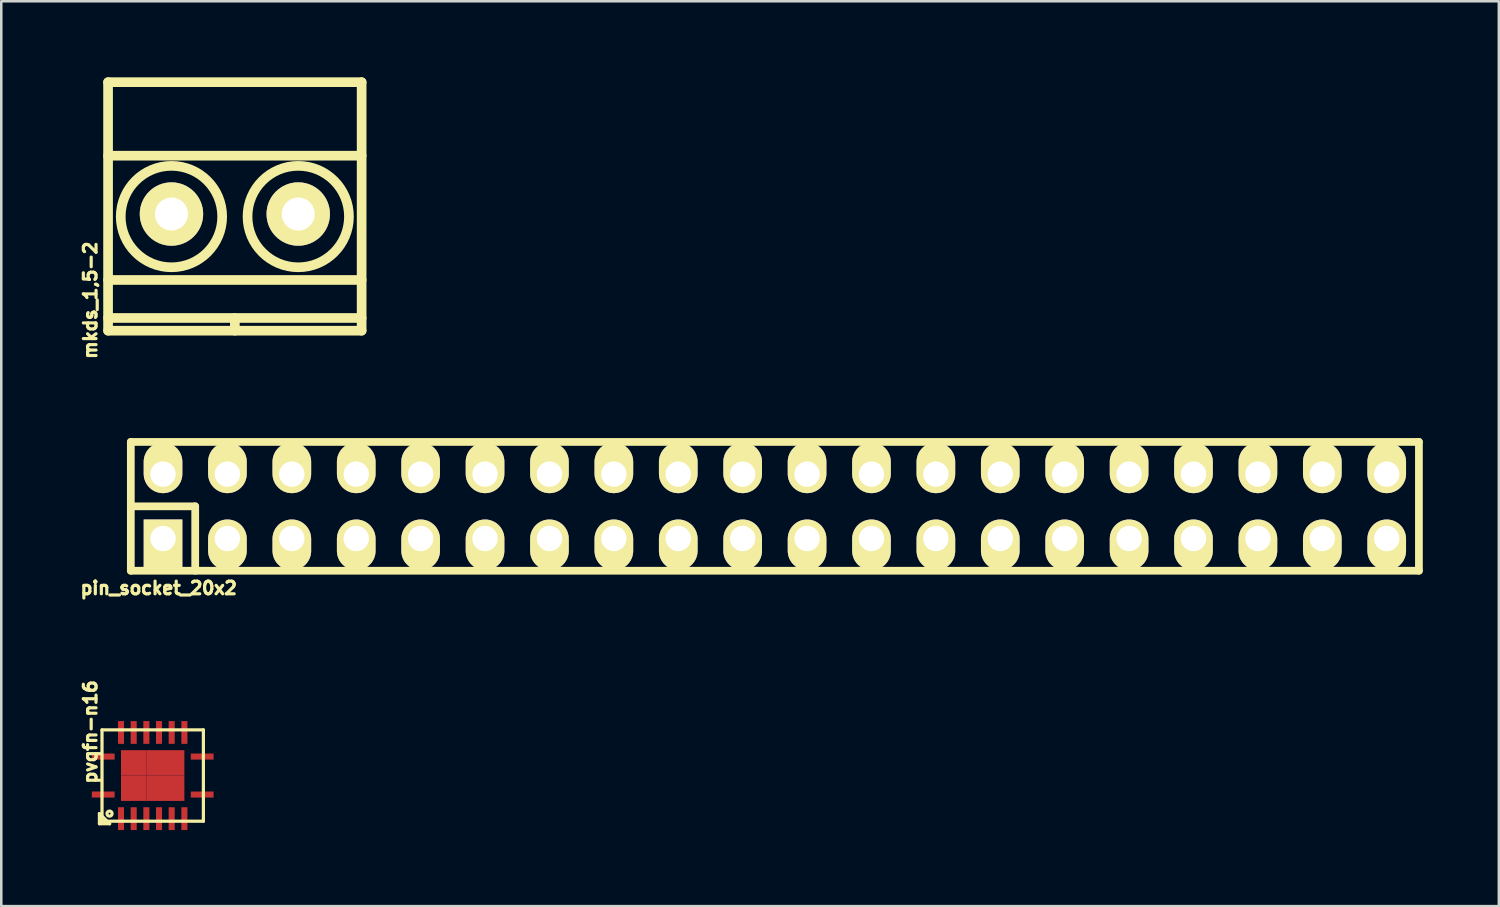
<source format=kicad_pcb>
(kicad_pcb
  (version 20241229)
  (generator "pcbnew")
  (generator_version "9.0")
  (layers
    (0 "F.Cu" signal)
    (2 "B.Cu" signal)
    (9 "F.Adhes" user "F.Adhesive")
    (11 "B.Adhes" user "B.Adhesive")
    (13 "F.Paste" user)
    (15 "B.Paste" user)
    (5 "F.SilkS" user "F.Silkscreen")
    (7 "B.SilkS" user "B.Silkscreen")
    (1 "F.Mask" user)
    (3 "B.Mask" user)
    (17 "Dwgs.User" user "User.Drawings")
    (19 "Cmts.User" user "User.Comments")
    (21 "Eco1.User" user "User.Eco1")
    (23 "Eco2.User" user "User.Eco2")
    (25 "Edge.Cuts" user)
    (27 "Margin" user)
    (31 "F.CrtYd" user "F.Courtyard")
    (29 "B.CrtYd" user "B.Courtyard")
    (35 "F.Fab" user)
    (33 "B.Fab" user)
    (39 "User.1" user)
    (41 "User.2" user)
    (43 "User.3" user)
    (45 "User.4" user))
  (footprint "pin_socket_20x2"
    (layer "F.Cu")
    (at 27.509 16.918)
    (property "Reference" "pin_socket_20x2" (at -24.3 3.225 0) (layer "F.SilkS") (effects (font (size 0.5 0.5) (thickness 0.125))))
    (attr through_hole)
    (fp_line (start -25.4 -2.54) (end -25.4 2.54) (stroke (width 0.305) (type solid)) (layer "F.SilkS"))
    (fp_line (start -25.4 -2.54) (end 25.4 -2.54) (stroke (width 0.305) (type solid)) (layer "F.SilkS"))
    (fp_line (start -25.4 0) (end -22.86 0) (stroke (width 0.305) (type solid)) (layer "F.SilkS"))
    (fp_line (start -22.86 0) (end -22.86 2.54) (stroke (width 0.305) (type solid)) (layer "F.SilkS"))
    (fp_line (start 25.4 2.54) (end -25.4 2.54) (stroke (width 0.305) (type solid)) (layer "F.SilkS"))
    (fp_line (start 25.4 2.54) (end 25.4 -2.54) (stroke (width 0.305) (type solid)) (layer "F.SilkS"))
    (pad "1" thru_hole rect (at -24.13 1.27) (size 1.524 1.999) (drill 1.001 (offset 0 0.249)) (layers "*.Cu" "*.Mask" "F.SilkS"))
    (pad "2" thru_hole oval (at -24.13 -1.27) (size 1.524 1.999) (drill 1.001 (offset 0 -0.249)) (layers "*.Cu" "*.Mask" "F.SilkS"))
    (pad "3" thru_hole oval (at -21.59 1.27) (size 1.524 1.999) (drill 1.001 (offset 0 0.249)) (layers "*.Cu" "*.Mask" "F.SilkS"))
    (pad "4" thru_hole oval (at -21.59 -1.27) (size 1.524 1.999) (drill 1.001 (offset 0 -0.249)) (layers "*.Cu" "*.Mask" "F.SilkS"))
    (pad "5" thru_hole oval (at -19.05 1.27) (size 1.524 1.999) (drill 1.001 (offset 0 0.249)) (layers "*.Cu" "*.Mask" "F.SilkS"))
    (pad "6" thru_hole oval (at -19.05 -1.27) (size 1.524 1.999) (drill 1.001 (offset 0 -0.249)) (layers "*.Cu" "*.Mask" "F.SilkS"))
    (pad "7" thru_hole oval (at -16.51 1.27) (size 1.524 1.999) (drill 1.001 (offset 0 0.249)) (layers "*.Cu" "*.Mask" "F.SilkS"))
    (pad "8" thru_hole oval (at -16.51 -1.27) (size 1.524 1.999) (drill 1.001 (offset 0 -0.249)) (layers "*.Cu" "*.Mask" "F.SilkS"))
    (pad "9" thru_hole oval (at -13.97 1.27) (size 1.524 1.999) (drill 1.001 (offset 0 0.249)) (layers "*.Cu" "*.Mask" "F.SilkS"))
    (pad "10" thru_hole oval (at -13.97 -1.27) (size 1.524 1.999) (drill 1.001 (offset 0 -0.249)) (layers "*.Cu" "*.Mask" "F.SilkS"))
    (pad "11" thru_hole oval (at -11.43 1.27) (size 1.524 1.999) (drill 1.001 (offset 0 0.249)) (layers "*.Cu" "*.Mask" "F.SilkS"))
    (pad "12" thru_hole oval (at -11.43 -1.27) (size 1.524 1.999) (drill 1.001 (offset 0 -0.249)) (layers "*.Cu" "*.Mask" "F.SilkS"))
    (pad "13" thru_hole oval (at -8.89 1.27) (size 1.524 1.999) (drill 1.001 (offset 0 0.249)) (layers "*.Cu" "*.Mask" "F.SilkS"))
    (pad "14" thru_hole oval (at -8.89 -1.27) (size 1.524 1.999) (drill 1.001 (offset 0 -0.249)) (layers "*.Cu" "*.Mask" "F.SilkS"))
    (pad "15" thru_hole oval (at -6.35 1.27) (size 1.524 1.999) (drill 1.001 (offset 0 0.249)) (layers "*.Cu" "*.Mask" "F.SilkS"))
    (pad "16" thru_hole oval (at -6.35 -1.27) (size 1.524 1.999) (drill 1.001 (offset 0 -0.249)) (layers "*.Cu" "*.Mask" "F.SilkS"))
    (pad "17" thru_hole oval (at -3.81 1.27) (size 1.524 1.999) (drill 1.001 (offset 0 0.249)) (layers "*.Cu" "*.Mask" "F.SilkS"))
    (pad "18" thru_hole oval (at -3.81 -1.27) (size 1.524 1.999) (drill 1.001 (offset 0 -0.249)) (layers "*.Cu" "*.Mask" "F.SilkS"))
    (pad "19" thru_hole oval (at -1.27 1.27) (size 1.524 1.999) (drill 1.001 (offset 0 0.249)) (layers "*.Cu" "*.Mask" "F.SilkS"))
    (pad "20" thru_hole oval (at -1.27 -1.27) (size 1.524 1.999) (drill 1.001 (offset 0 -0.249)) (layers "*.Cu" "*.Mask" "F.SilkS"))
    (pad "21" thru_hole oval (at 1.27 1.27) (size 1.524 1.999) (drill 1.001 (offset 0 0.249)) (layers "*.Cu" "*.Mask" "F.SilkS"))
    (pad "22" thru_hole oval (at 1.27 -1.27) (size 1.524 1.999) (drill 1.001 (offset 0 -0.249)) (layers "*.Cu" "*.Mask" "F.SilkS"))
    (pad "23" thru_hole oval (at 3.81 1.27) (size 1.524 1.999) (drill 1.001 (offset 0 0.249)) (layers "*.Cu" "*.Mask" "F.SilkS"))
    (pad "24" thru_hole oval (at 3.81 -1.27) (size 1.524 1.999) (drill 1.001 (offset 0 -0.249)) (layers "*.Cu" "*.Mask" "F.SilkS"))
    (pad "25" thru_hole oval (at 6.35 1.27) (size 1.524 1.999) (drill 1.001 (offset 0 0.249)) (layers "*.Cu" "*.Mask" "F.SilkS"))
    (pad "26" thru_hole oval (at 6.35 -1.27) (size 1.524 1.999) (drill 1.001 (offset 0 -0.249)) (layers "*.Cu" "*.Mask" "F.SilkS"))
    (pad "27" thru_hole oval (at 8.89 1.27) (size 1.524 1.999) (drill 1.001 (offset 0 0.249)) (layers "*.Cu" "*.Mask" "F.SilkS"))
    (pad "28" thru_hole oval (at 8.89 -1.27) (size 1.524 1.999) (drill 1.001 (offset 0 -0.249)) (layers "*.Cu" "*.Mask" "F.SilkS"))
    (pad "29" thru_hole oval (at 11.43 1.27) (size 1.524 1.999) (drill 1.001 (offset 0 0.249)) (layers "*.Cu" "*.Mask" "F.SilkS"))
    (pad "30" thru_hole oval (at 11.43 -1.27) (size 1.524 1.999) (drill 1.001 (offset 0 -0.249)) (layers "*.Cu" "*.Mask" "F.SilkS"))
    (pad "31" thru_hole oval (at 13.97 1.27) (size 1.524 1.999) (drill 1.001 (offset 0 0.249)) (layers "*.Cu" "*.Mask" "F.SilkS"))
    (pad "32" thru_hole oval (at 13.97 -1.27) (size 1.524 1.999) (drill 1.001 (offset 0 -0.249)) (layers "*.Cu" "*.Mask" "F.SilkS"))
    (pad "33" thru_hole oval (at 16.51 1.27) (size 1.524 1.999) (drill 1.001 (offset 0 0.249)) (layers "*.Cu" "*.Mask" "F.SilkS"))
    (pad "34" thru_hole oval (at 16.51 -1.27) (size 1.524 1.999) (drill 1.001 (offset 0 -0.249)) (layers "*.Cu" "*.Mask" "F.SilkS"))
    (pad "35" thru_hole oval (at 19.05 1.27) (size 1.524 1.999) (drill 1.001 (offset 0 0.249)) (layers "*.Cu" "*.Mask" "F.SilkS"))
    (pad "36" thru_hole oval (at 19.05 -1.27) (size 1.524 1.999) (drill 1.001 (offset 0 -0.249)) (layers "*.Cu" "*.Mask" "F.SilkS"))
    (pad "37" thru_hole oval (at 21.59 1.27) (size 1.524 1.999) (drill 1.001 (offset 0 0.249)) (layers "*.Cu" "*.Mask" "F.SilkS"))
    (pad "38" thru_hole oval (at 21.59 -1.27) (size 1.524 1.999) (drill 1.001 (offset 0 -0.249)) (layers "*.Cu" "*.Mask" "F.SilkS"))
    (pad "39" thru_hole oval (at 24.13 1.27) (size 1.524 1.999) (drill 1.001 (offset 0 0.249)) (layers "*.Cu" "*.Mask" "F.SilkS"))
    (pad "40" thru_hole oval (at 24.13 -1.27) (size 1.524 1.999) (drill 1.001 (offset 0 -0.249)) (layers "*.Cu" "*.Mask" "F.SilkS")))
  (footprint "mkds_1,5-2"
    (layer "F.Cu")
    (at 6.212 5.391)
    (property "Reference" "mkds_1,5-2" (at -5.7 3.4 90) (layer "F.SilkS") (effects (font (size 0.5 0.5) (thickness 0.125))))
    (attr through_hole)
    (fp_line (start -5 -5.2) (end -5 4.6) (stroke (width 0.381) (type solid)) (layer "F.SilkS"))
    (fp_line (start -5 -2.3) (end 5 -2.3) (stroke (width 0.381) (type solid)) (layer "F.SilkS"))
    (fp_line (start -5 2.6) (end 5 2.6) (stroke (width 0.381) (type solid)) (layer "F.SilkS"))
    (fp_line (start -5 4.1) (end 5 4.1) (stroke (width 0.381) (type solid)) (layer "F.SilkS"))
    (fp_line (start -5 4.6) (end 5 4.6) (stroke (width 0.381) (type solid)) (layer "F.SilkS"))
    (fp_line (start 0 4.1) (end 0 4.6) (stroke (width 0.381) (type solid)) (layer "F.SilkS"))
    (fp_line (start 5 -5.2) (end -5 -5.2) (stroke (width 0.381) (type solid)) (layer "F.SilkS"))
    (fp_line (start 5 4.6) (end 5 -5.2) (stroke (width 0.381) (type solid)) (layer "F.SilkS"))
    (fp_circle (center -2.5 0.1) (end -0.5 0.1) (stroke (width 0.381) (type solid)) (fill no) (layer "F.SilkS"))
    (fp_circle (center 2.5 0.1) (end 0.5 0.1) (stroke (width 0.381) (type solid)) (fill no) (layer "F.SilkS"))
    (pad "1" thru_hole circle (at -2.5 0) (size 2.5 2.5) (drill 1.3) (layers "*.Cu" "*.Mask" "F.SilkS"))
    (pad "2" thru_hole circle (at 2.5 0) (size 2.5 2.5) (drill 1.3) (layers "*.Cu" "*.Mask" "F.SilkS")))
  (footprint "pvqfn-n16"
    (layer "F.Cu")
    (at 2.972 27.536)
    (property "Reference" "pvqfn-n16" (at -2.46 -1.72 90) (layer "F.SilkS") (effects (font (size 0.5 0.5) (thickness 0.125))))
    (attr through_hole)
    (fp_line (start -2.101 1.501) (end -2.101 1.9) (stroke (width 0.127) (type solid)) (layer "F.SilkS"))
    (fp_line (start -2.101 1.9) (end -1.699 1.9) (stroke (width 0.127) (type solid)) (layer "F.SilkS"))
    (fp_line (start -1.999 -1.801) (end 1.999 -1.801) (stroke (width 0.127) (type solid)) (layer "F.SilkS"))
    (fp_line (start -1.999 1.801) (end -1.999 -1.801) (stroke (width 0.127) (type solid)) (layer "F.SilkS"))
    (fp_line (start -1.699 1.9) (end -2.101 1.501) (stroke (width 0.127) (type solid)) (layer "F.SilkS"))
    (fp_line (start 1.999 -1.801) (end 1.999 1.801) (stroke (width 0.127) (type solid)) (layer "F.SilkS"))
    (fp_line (start 1.999 1.801) (end -1.999 1.801) (stroke (width 0.127) (type solid)) (layer "F.SilkS"))
    (fp_circle (center -1.702 1.501) (end -1.803 1.501) (stroke (width 0.127) (type solid)) (fill no) (layer "F.SilkS"))
    (pad "1" smd rect (at -1.951 0.749) (size 0.899 0.239) (layers "F.Cu" "F.Mask" "F.Paste"))
    (pad "2" smd rect (at -1.25 1.699) (size 0.239 0.899) (layers "F.Cu" "F.Mask" "F.Paste"))
    (pad "3" smd rect (at -0.749 1.699) (size 0.239 0.899) (layers "F.Cu" "F.Mask" "F.Paste"))
    (pad "4" smd rect (at -0.249 1.699) (size 0.239 0.899) (layers "F.Cu" "F.Mask" "F.Paste"))
    (pad "5" smd rect (at 0.249 1.699) (size 0.239 0.899) (layers "F.Cu" "F.Mask" "F.Paste"))
    (pad "6" smd rect (at 0.749 1.699) (size 0.239 0.899) (layers "F.Cu" "F.Mask" "F.Paste"))
    (pad "7" smd rect (at 1.25 1.699) (size 0.239 0.899) (layers "F.Cu" "F.Mask" "F.Paste"))
    (pad "8" smd rect (at 1.951 0.749) (size 0.899 0.239) (layers "F.Cu" "F.Mask" "F.Paste"))
    (pad "9" smd rect (at 1.951 -0.749) (size 0.899 0.239) (layers "F.Cu" "F.Mask" "F.Paste"))
    (pad "10" smd rect (at 1.25 -1.699) (size 0.239 0.899) (layers "F.Cu" "F.Mask" "F.Paste"))
    (pad "11" smd rect (at 0.749 -1.699) (size 0.239 0.899) (layers "F.Cu" "F.Mask" "F.Paste"))
    (pad "12" smd rect (at 0.249 -1.699) (size 0.239 0.899) (layers "F.Cu" "F.Mask" "F.Paste"))
    (pad "13" smd rect (at -0.249 -1.699) (size 0.239 0.899) (layers "F.Cu" "F.Mask" "F.Paste"))
    (pad "14" smd rect (at -0.749 -1.699) (size 0.239 0.899) (layers "F.Cu" "F.Mask" "F.Paste"))
    (pad "15" smd rect (at -1.25 -1.699) (size 0.239 0.899) (layers "F.Cu" "F.Mask" "F.Paste"))
    (pad "16" smd rect (at -1.951 -0.749) (size 0.899 0.239) (layers "F.Cu" "F.Mask" "F.Paste"))
    (pad "17" smd rect (at -0.749 -0.5) (size 1.001 1.001) (layers "F.Cu" "F.Mask" "F.Paste"))
    (pad "17" smd rect (at -0.749 0.5) (size 1.001 1.001) (layers "F.Cu" "F.Mask" "F.Paste"))
    (pad "17" smd rect (at 0 -0.5) (size 0.5 1.001) (layers "F.Cu" "F.Mask" "F.Paste"))
    (pad "17" smd rect (at 0 0.5) (size 0.5 1.001) (layers "F.Cu" "F.Mask" "F.Paste"))
    (pad "17" smd rect (at 0.749 -0.5) (size 1.001 1.001) (layers "F.Cu" "F.Mask" "F.Paste"))
    (pad "17" smd rect (at 0.749 0.5) (size 1.001 1.001) (layers "F.Cu" "F.Mask" "F.Paste")))
  (gr_rect
    (start -3 -3)
    (end 56.061 32.685)
    (stroke (width 0.1) (type default))
    (fill no)
    (layer "Edge.Cuts")))
</source>
